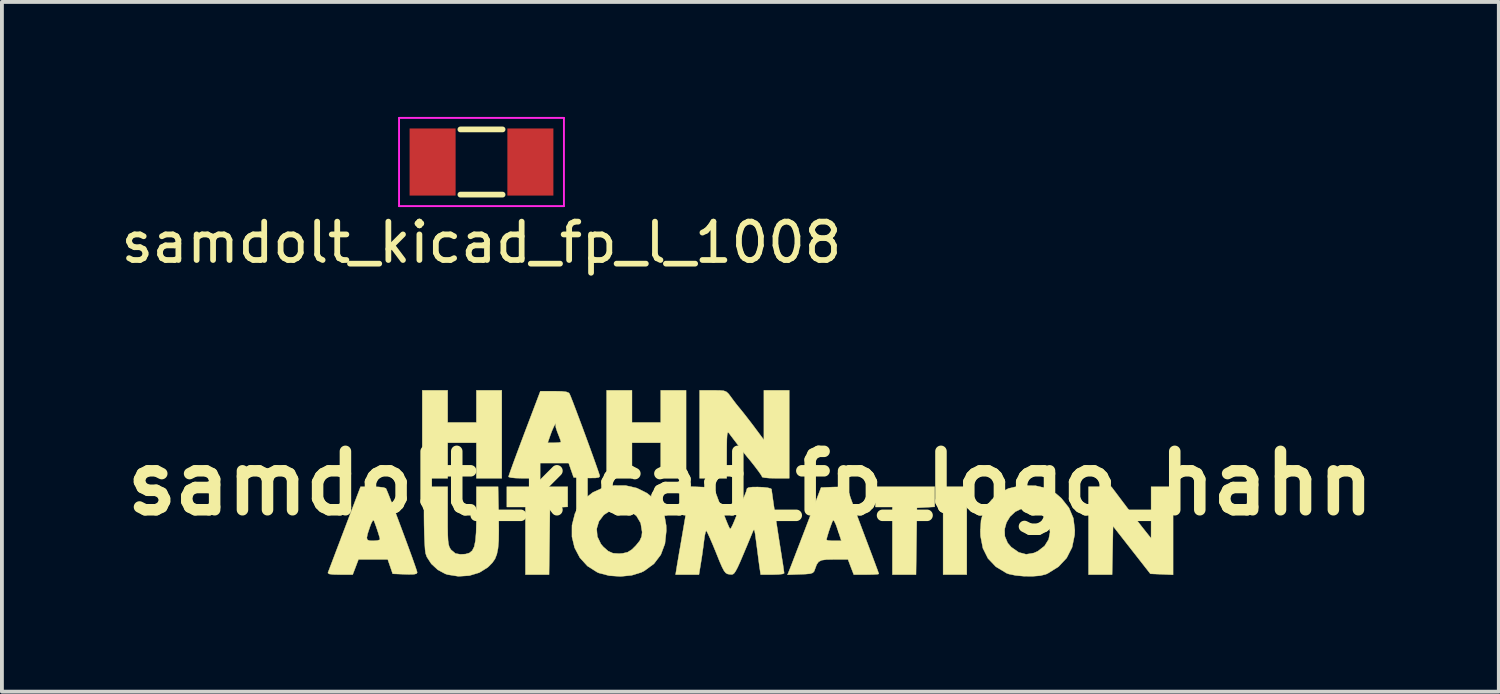
<source format=kicad_pcb>
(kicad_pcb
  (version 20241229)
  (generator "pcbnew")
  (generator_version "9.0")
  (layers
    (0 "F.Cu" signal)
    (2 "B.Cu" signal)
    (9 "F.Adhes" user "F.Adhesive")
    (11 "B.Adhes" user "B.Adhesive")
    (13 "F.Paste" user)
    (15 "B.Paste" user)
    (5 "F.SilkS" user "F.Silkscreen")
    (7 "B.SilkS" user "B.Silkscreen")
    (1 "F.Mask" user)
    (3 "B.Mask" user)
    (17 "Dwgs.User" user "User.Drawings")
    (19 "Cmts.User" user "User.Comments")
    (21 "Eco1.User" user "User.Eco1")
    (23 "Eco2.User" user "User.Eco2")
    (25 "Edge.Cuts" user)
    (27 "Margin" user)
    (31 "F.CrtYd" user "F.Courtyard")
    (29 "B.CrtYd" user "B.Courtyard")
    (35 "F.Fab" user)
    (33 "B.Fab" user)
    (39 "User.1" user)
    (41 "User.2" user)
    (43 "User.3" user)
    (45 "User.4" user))
  (footprint "samdolt_kicad_fp_l_1008"
    (layer "F.Cu")
    (at 9.506 1.175)
    (property "Reference" "samdolt_kicad_fp_l_1008" (at 0 2.1 0) (layer "F.SilkS") (effects (font (size 1 1) (thickness 0.15))))
    (attr through_hole)
    (fp_line (start -0.55 0.85) (end 0.55 0.85) (stroke (width 0.15) (type solid)) (layer "F.SilkS"))
    (fp_line (start 0.55 -0.85) (end -0.55 -0.85) (stroke (width 0.15) (type solid)) (layer "F.SilkS"))
    (fp_line (start -2.15 -1.15) (end -2.15 1.15) (stroke (width 0.05) (type solid)) (layer "F.CrtYd"))
    (fp_line (start -2.15 1.15) (end 2.15 1.15) (stroke (width 0.05) (type solid)) (layer "F.CrtYd"))
    (fp_line (start 2.15 -1.15) (end -2.15 -1.15) (stroke (width 0.05) (type solid)) (layer "F.CrtYd"))
    (fp_line (start 2.15 1.15) (end 2.15 -1.15) (stroke (width 0.05) (type solid)) (layer "F.CrtYd"))
    (pad "1" smd rect (at -1.275 0) (size 1.2 1.75) (layers "F.Cu" "F.Mask" "F.Paste"))
    (pad "2" smd rect (at 1.275 0) (size 1.2 1.75) (layers "F.Cu" "F.Mask" "F.Paste")))
  (footprint "samdolt_kicad_fp_logo_hahn"
    (layer "F.Cu")
    (at 16.517 9.554)
    (property "Reference" "samdolt_kicad_fp_logo_hahn" (at 0 0 0) (layer "F.SilkS") (effects (font (size 1.524 1.524) (thickness 0.3))))
    (attr through_hole)
    (fp_poly (pts (xy 5.644 2.381) (xy 5.027 2.381) (xy 5.027 0.088) (xy 5.644 0.088) (xy 5.644 2.381)) (stroke (width 0.01) (type solid)) (fill yes) (layer "F.SilkS"))
    (fp_poly (pts (xy -4.763 0.613) (xy -4.994 0.626) (xy -5.226 0.639) (xy -5.237 1.51) (xy -5.249 2.381) (xy -5.865 2.381) (xy -5.865 0.617) (xy -6.35 0.617) (xy -6.35 0.088) (xy -4.763 0.088) (xy -4.763 0.613)) (stroke (width 0.01) (type solid)) (fill yes) (layer "F.SilkS"))
    (fp_poly (pts (xy 4.807 0.613) (xy 4.575 0.626) (xy 4.344 0.639) (xy 4.332 1.51) (xy 4.32 2.381) (xy 3.704 2.381) (xy 3.704 0.617) (xy 3.263 0.617) (xy 3.263 0.088) (xy 4.807 0.088) (xy 4.807 0.613)) (stroke (width 0.01) (type solid)) (fill yes) (layer "F.SilkS"))
    (fp_poly (pts (xy -7.893 -1.587) (xy -7.144 -1.587) (xy -7.144 -2.425) (xy -6.482 -2.425) (xy -6.482 -0.132) (xy -7.144 -0.132) (xy -7.144 -1.058) (xy -7.893 -1.058) (xy -7.893 -0.132) (xy -8.555 -0.132) (xy -8.555 -2.425) (xy -7.893 -2.425) (xy -7.893 -1.587)) (stroke (width 0.01) (type solid)) (fill yes) (layer "F.SilkS"))
    (fp_poly (pts (xy -3.087 -1.587) (xy -2.337 -1.587) (xy -2.337 -2.425) (xy -1.676 -2.425) (xy -1.676 -0.132) (xy -2.337 -0.132) (xy -2.337 -1.058) (xy -3.087 -1.058) (xy -3.087 -0.132) (xy -3.748 -0.132) (xy -3.748 -2.425) (xy -3.087 -2.425) (xy -3.087 -1.587)) (stroke (width 0.01) (type solid)) (fill yes) (layer "F.SilkS"))
    (fp_poly (pts (xy 11.024 2.385) (xy 10.431 2.359) (xy 9.945 1.738) (xy 9.459 1.117) (xy 9.434 2.381) (xy 8.819 2.381) (xy 8.819 0.088) (xy 9.117 0.089) (xy 9.415 0.09) (xy 9.622 0.365) (xy 9.822 0.63) (xy 10.021 0.889) (xy 10.2 1.119) (xy 10.329 1.282) (xy 10.45 1.433) (xy 10.451 0.761) (xy 10.451 0.088) (xy 11.024 0.088) (xy 11.024 2.385)) (stroke (width 0.01) (type solid)) (fill yes) (layer "F.SilkS"))
    (fp_poly (pts (xy -7.893 0.854) (xy -7.893 1.134) (xy -7.89 1.34) (xy -7.883 1.486) (xy -7.87 1.586) (xy -7.851 1.655) (xy -7.823 1.707) (xy -7.802 1.736) (xy -7.691 1.829) (xy -7.563 1.852) (xy -7.429 1.845) (xy -7.327 1.816) (xy -7.253 1.755) (xy -7.201 1.652) (xy -7.169 1.497) (xy -7.151 1.279) (xy -7.144 0.989) (xy -7.144 0.818) (xy -7.144 0.088) (xy -6.578 0.088) (xy -6.562 0.893) (xy -6.559 1.23) (xy -6.563 1.493) (xy -6.58 1.695) (xy -6.611 1.849) (xy -6.659 1.971) (xy -6.729 2.072) (xy -6.822 2.167) (xy -6.85 2.193) (xy -7.067 2.328) (xy -7.329 2.407) (xy -7.613 2.425) (xy -7.895 2.38) (xy -7.956 2.36) (xy -8.151 2.255) (xy -8.319 2.1) (xy -8.436 1.92) (xy -8.469 1.826) (xy -8.482 1.726) (xy -8.493 1.555) (xy -8.502 1.333) (xy -8.508 1.079) (xy -8.51 0.871) (xy -8.511 0.088) (xy -7.893 0.088) (xy -7.893 0.854)) (stroke (width 0.01) (type solid)) (fill yes) (layer "F.SilkS"))
    (fp_poly (pts (xy -0.804 -2.424) (xy -0.694 -2.414) (xy -0.625 -2.387) (xy -0.571 -2.338) (xy -0.528 -2.282) (xy -0.439 -2.161) (xy -0.376 -2.078) (xy -0.315 -2.002) (xy -0.23 -1.899) (xy -0.228 -1.896) (xy -0.14 -1.786) (xy -0.022 -1.634) (xy 0.103 -1.47) (xy 0.126 -1.438) (xy 0.353 -1.134) (xy 0.353 -2.425) (xy 1.014 -2.425) (xy 1.014 -0.132) (xy 0.661 -0.132) (xy 0.498 -0.136) (xy 0.374 -0.147) (xy 0.312 -0.161) (xy 0.309 -0.166) (xy 0.283 -0.215) (xy 0.214 -0.314) (xy 0.115 -0.445) (xy -0.000404 -0.591) (xy -0.097 -0.707) (xy -0.157 -0.782) (xy -0.243 -0.894) (xy -0.285 -0.95) (xy -0.369 -1.061) (xy -0.434 -1.145) (xy -0.452 -1.169) (xy -0.505 -1.238) (xy -0.551 -1.301) (xy -0.576 -1.327) (xy -0.594 -1.318) (xy -0.605 -1.262) (xy -0.612 -1.148) (xy -0.615 -0.966) (xy -0.616 -0.761) (xy -0.617 -0.132) (xy -1.323 -0.132) (xy -1.323 -2.425) (xy -0.978 -2.425) (xy -0.804 -2.424)) (stroke (width 0.01) (type solid)) (fill yes) (layer "F.SilkS"))
    (fp_poly (pts (xy 7.715 0.127) (xy 7.968 0.266) (xy 8.112 0.391) (xy 8.309 0.639) (xy 8.424 0.912) (xy 8.461 1.221) (xy 8.456 1.346) (xy 8.39 1.669) (xy 8.249 1.946) (xy 8.036 2.174) (xy 7.752 2.351) (xy 7.704 2.372) (xy 7.56 2.408) (xy 7.36 2.424) (xy 7.137 2.422) (xy 6.921 2.402) (xy 6.742 2.365) (xy 6.681 2.343) (xy 6.403 2.175) (xy 6.197 1.959) (xy 6.064 1.692) (xy 6.002 1.373) (xy 5.998 1.244) (xy 6.001 1.199) (xy 6.63 1.199) (xy 6.637 1.381) (xy 6.71 1.555) (xy 6.803 1.663) (xy 6.999 1.8) (xy 7.193 1.851) (xy 7.395 1.816) (xy 7.497 1.77) (xy 7.673 1.633) (xy 7.779 1.461) (xy 7.816 1.269) (xy 7.784 1.075) (xy 7.684 0.894) (xy 7.518 0.743) (xy 7.448 0.703) (xy 7.255 0.646) (xy 7.072 0.662) (xy 6.909 0.74) (xy 6.775 0.864) (xy 6.679 1.022) (xy 6.63 1.199) (xy 6.001 1.199) (xy 6.016 0.965) (xy 6.078 0.742) (xy 6.193 0.547) (xy 6.297 0.426) (xy 6.506 0.247) (xy 6.733 0.133) (xy 7.006 0.07) (xy 7.088 0.061) (xy 7.426 0.06) (xy 7.715 0.127)) (stroke (width 0.01) (type solid)) (fill yes) (layer "F.SilkS"))
    (fp_poly (pts (xy -3.25 0.058) (xy -2.96 0.124) (xy -2.693 0.257) (xy -2.517 0.4) (xy -2.345 0.609) (xy -2.241 0.834) (xy -2.195 1.099) (xy -2.191 1.235) (xy -2.227 1.574) (xy -2.335 1.862) (xy -2.514 2.098) (xy -2.763 2.281) (xy -2.844 2.322) (xy -3.095 2.399) (xy -3.385 2.428) (xy -3.68 2.408) (xy -3.946 2.339) (xy -3.993 2.319) (xy -4.248 2.157) (xy -4.446 1.94) (xy -4.583 1.68) (xy -4.652 1.393) (xy -4.652 1.185) (xy -4.007 1.185) (xy -3.99 1.387) (xy -3.897 1.581) (xy -3.835 1.655) (xy -3.707 1.768) (xy -3.581 1.823) (xy -3.421 1.833) (xy -3.329 1.826) (xy -3.2 1.796) (xy -3.088 1.725) (xy -2.988 1.626) (xy -2.883 1.496) (xy -2.834 1.384) (xy -2.822 1.271) (xy -2.86 1.036) (xy -2.971 0.848) (xy -3.153 0.712) (xy -3.272 0.664) (xy -3.39 0.636) (xy -3.493 0.646) (xy -3.626 0.696) (xy -3.629 0.697) (xy -3.822 0.823) (xy -3.949 0.992) (xy -4.007 1.185) (xy -4.652 1.185) (xy -4.651 1.092) (xy -4.575 0.792) (xy -4.508 0.646) (xy -4.333 0.412) (xy -4.105 0.235) (xy -3.838 0.115) (xy -3.548 0.056) (xy -3.25 0.058)) (stroke (width 0.01) (type solid)) (fill yes) (layer "F.SilkS"))
    (fp_poly (pts (xy -4.92 -2.399) (xy -4.799 -2.385) (xy -4.734 -2.359) (xy -4.716 -2.337) (xy -4.685 -2.265) (xy -4.631 -2.128) (xy -4.559 -1.939) (xy -4.474 -1.713) (xy -4.38 -1.462) (xy -4.284 -1.201) (xy -4.19 -0.944) (xy -4.103 -0.703) (xy -4.028 -0.493) (xy -3.97 -0.327) (xy -3.934 -0.219) (xy -3.925 -0.184) (xy -3.951 -0.155) (xy -4.037 -0.141) (xy -4.196 -0.139) (xy -4.266 -0.141) (xy -4.608 -0.154) (xy -4.738 -0.529) (xy -5.493 -0.529) (xy -5.551 -0.331) (xy -5.61 -0.132) (xy -5.958 -0.132) (xy -6.121 -0.137) (xy -6.243 -0.149) (xy -6.303 -0.167) (xy -6.306 -0.172) (xy -6.291 -0.222) (xy -6.248 -0.344) (xy -6.183 -0.525) (xy -6.098 -0.756) (xy -5.998 -1.023) (xy -5.985 -1.058) (xy -5.285 -1.058) (xy -5.112 -1.058) (xy -5.003 -1.063) (xy -4.943 -1.074) (xy -4.939 -1.078) (xy -4.953 -1.13) (xy -4.979 -1.2) (xy -5.039 -1.354) (xy -5.07 -1.449) (xy -5.077 -1.504) (xy -5.075 -1.521) (xy -5.071 -1.562) (xy -5.093 -1.538) (xy -5.131 -1.466) (xy -5.177 -1.36) (xy -5.207 -1.279) (xy -5.285 -1.058) (xy -5.985 -1.058) (xy -5.891 -1.308) (xy -5.476 -2.403) (xy -5.113 -2.403) (xy -4.92 -2.399)) (stroke (width 0.01) (type solid)) (fill yes) (layer "F.SilkS"))
    (fp_poly (pts (xy -9.688 0.094) (xy -9.566 0.109) (xy -9.505 0.13) (xy -9.503 0.132) (xy -9.476 0.192) (xy -9.424 0.32) (xy -9.353 0.502) (xy -9.268 0.725) (xy -9.174 0.974) (xy -9.076 1.236) (xy -8.979 1.497) (xy -8.888 1.745) (xy -8.808 1.965) (xy -8.745 2.144) (xy -8.703 2.268) (xy -8.687 2.323) (xy -8.687 2.323) (xy -8.706 2.356) (xy -8.774 2.372) (xy -8.907 2.375) (xy -9.007 2.372) (xy -9.327 2.359) (xy -9.391 2.172) (xy -9.456 1.984) (xy -10.219 1.984) (xy -10.294 2.183) (xy -10.37 2.381) (xy -10.702 2.381) (xy -10.879 2.377) (xy -10.98 2.364) (xy -11.015 2.339) (xy -11.014 2.326) (xy -10.993 2.272) (xy -10.945 2.146) (xy -10.875 1.961) (xy -10.787 1.728) (xy -10.684 1.458) (xy -10.671 1.422) (xy -10.002 1.422) (xy -9.984 1.476) (xy -9.923 1.496) (xy -9.834 1.499) (xy -9.723 1.491) (xy -9.662 1.469) (xy -9.657 1.461) (xy -9.671 1.4) (xy -9.706 1.285) (xy -9.753 1.144) (xy -9.803 1.006) (xy -9.817 0.97) (xy -9.844 0.967) (xy -9.886 1.043) (xy -9.925 1.147) (xy -9.981 1.317) (xy -10.002 1.422) (xy -10.671 1.422) (xy -10.579 1.18) (xy -10.164 0.088) (xy -9.847 0.088) (xy -9.688 0.094)) (stroke (width 0.01) (type solid)) (fill yes) (layer "F.SilkS"))
    (fp_poly (pts (xy 2.454 0.108) (xy 2.522 0.152) (xy 2.567 0.238) (xy 2.597 0.331) (xy 2.624 0.41) (xy 2.678 0.557) (xy 2.752 0.759) (xy 2.843 1.002) (xy 2.945 1.273) (xy 2.994 1.403) (xy 3.096 1.673) (xy 3.187 1.914) (xy 3.262 2.115) (xy 3.317 2.263) (xy 3.347 2.348) (xy 3.351 2.362) (xy 3.311 2.371) (xy 3.204 2.378) (xy 3.052 2.381) (xy 3.024 2.381) (xy 2.697 2.381) (xy 2.621 2.183) (xy 2.546 1.984) (xy 2.182 1.984) (xy 1.987 1.988) (xy 1.859 2.005) (xy 1.78 2.046) (xy 1.729 2.119) (xy 1.689 2.227) (xy 1.664 2.294) (xy 1.627 2.334) (xy 1.559 2.356) (xy 1.438 2.367) (xy 1.308 2.372) (xy 0.969 2.385) (xy 1.036 2.218) (xy 1.071 2.129) (xy 1.131 1.972) (xy 1.212 1.761) (xy 1.309 1.51) (xy 1.322 1.475) (xy 1.984 1.475) (xy 2.024 1.489) (xy 2.123 1.498) (xy 2.179 1.499) (xy 2.373 1.499) (xy 2.28 1.213) (xy 2.23 1.075) (xy 2.187 0.984) (xy 2.159 0.958) (xy 2.158 0.959) (xy 2.132 1.014) (xy 2.091 1.123) (xy 2.046 1.254) (xy 2.008 1.377) (xy 1.986 1.461) (xy 1.984 1.475) (xy 1.322 1.475) (xy 1.415 1.233) (xy 1.473 1.08) (xy 1.844 0.11) (xy 2.164 0.097) (xy 2.342 0.093) (xy 2.454 0.108)) (stroke (width 0.01) (type solid)) (fill yes) (layer "F.SilkS"))
    (fp_poly (pts (xy -1.262 0.097) (xy -0.955 0.11) (xy -0.753 0.65) (xy -0.676 0.85) (xy -0.61 1.017) (xy -0.559 1.135) (xy -0.531 1.188) (xy -0.529 1.19) (xy -0.503 1.165) (xy -0.461 1.083) (xy -0.398 0.934) (xy -0.311 0.712) (xy -0.309 0.706) (xy -0.245 0.544) (xy -0.183 0.393) (xy -0.152 0.324) (xy -0.109 0.216) (xy -0.088 0.139) (xy -0.088 0.135) (xy -0.049 0.111) (xy 0.052 0.098) (xy 0.187 0.096) (xy 0.33 0.102) (xy 0.456 0.116) (xy 0.537 0.138) (xy 0.553 0.154) (xy 0.561 0.222) (xy 0.581 0.362) (xy 0.609 0.559) (xy 0.645 0.799) (xy 0.686 1.067) (xy 0.729 1.348) (xy 0.773 1.628) (xy 0.815 1.891) (xy 0.818 1.915) (xy 0.847 2.093) (xy 0.868 2.238) (xy 0.88 2.328) (xy 0.882 2.345) (xy 0.842 2.363) (xy 0.735 2.376) (xy 0.586 2.381) (xy 0.575 2.381) (xy 0.269 2.381) (xy 0.248 2.238) (xy 0.232 2.129) (xy 0.21 1.962) (xy 0.185 1.768) (xy 0.176 1.698) (xy 0.146 1.472) (xy 0.126 1.323) (xy 0.11 1.239) (xy 0.097 1.209) (xy 0.082 1.22) (xy 0.063 1.263) (xy 0.056 1.279) (xy -0.08 1.608) (xy -0.188 1.864) (xy -0.27 2.057) (xy -0.333 2.195) (xy -0.382 2.287) (xy -0.42 2.342) (xy -0.453 2.369) (xy -0.486 2.377) (xy -0.523 2.375) (xy -0.541 2.373) (xy -0.596 2.363) (xy -0.641 2.337) (xy -0.685 2.283) (xy -0.736 2.187) (xy -0.802 2.036) (xy -0.89 1.817) (xy -0.898 1.797) (xy -0.982 1.593) (xy -1.056 1.422) (xy -1.113 1.298) (xy -1.146 1.238) (xy -1.151 1.235) (xy -1.17 1.275) (xy -1.192 1.378) (xy -1.207 1.488) (xy -1.23 1.669) (xy -1.26 1.886) (xy -1.288 2.062) (xy -1.34 2.381) (xy -1.95 2.381) (xy -1.927 2.238) (xy -1.91 2.131) (xy -1.882 1.966) (xy -1.849 1.77) (xy -1.832 1.676) (xy -1.781 1.379) (xy -1.742 1.152) (xy -1.712 0.976) (xy -1.688 0.833) (xy -1.667 0.705) (xy -1.646 0.574) (xy -1.627 0.45) (xy -1.569 0.085) (xy -1.262 0.097)) (stroke (width 0.01) (type solid)) (fill yes) (layer "F.SilkS")))
  (gr_rect
    (start -3 -3)
    (end 36.035 14.987)
    (stroke (width 0.1) (type default))
    (fill no)
    (layer "Edge.Cuts")))
</source>
